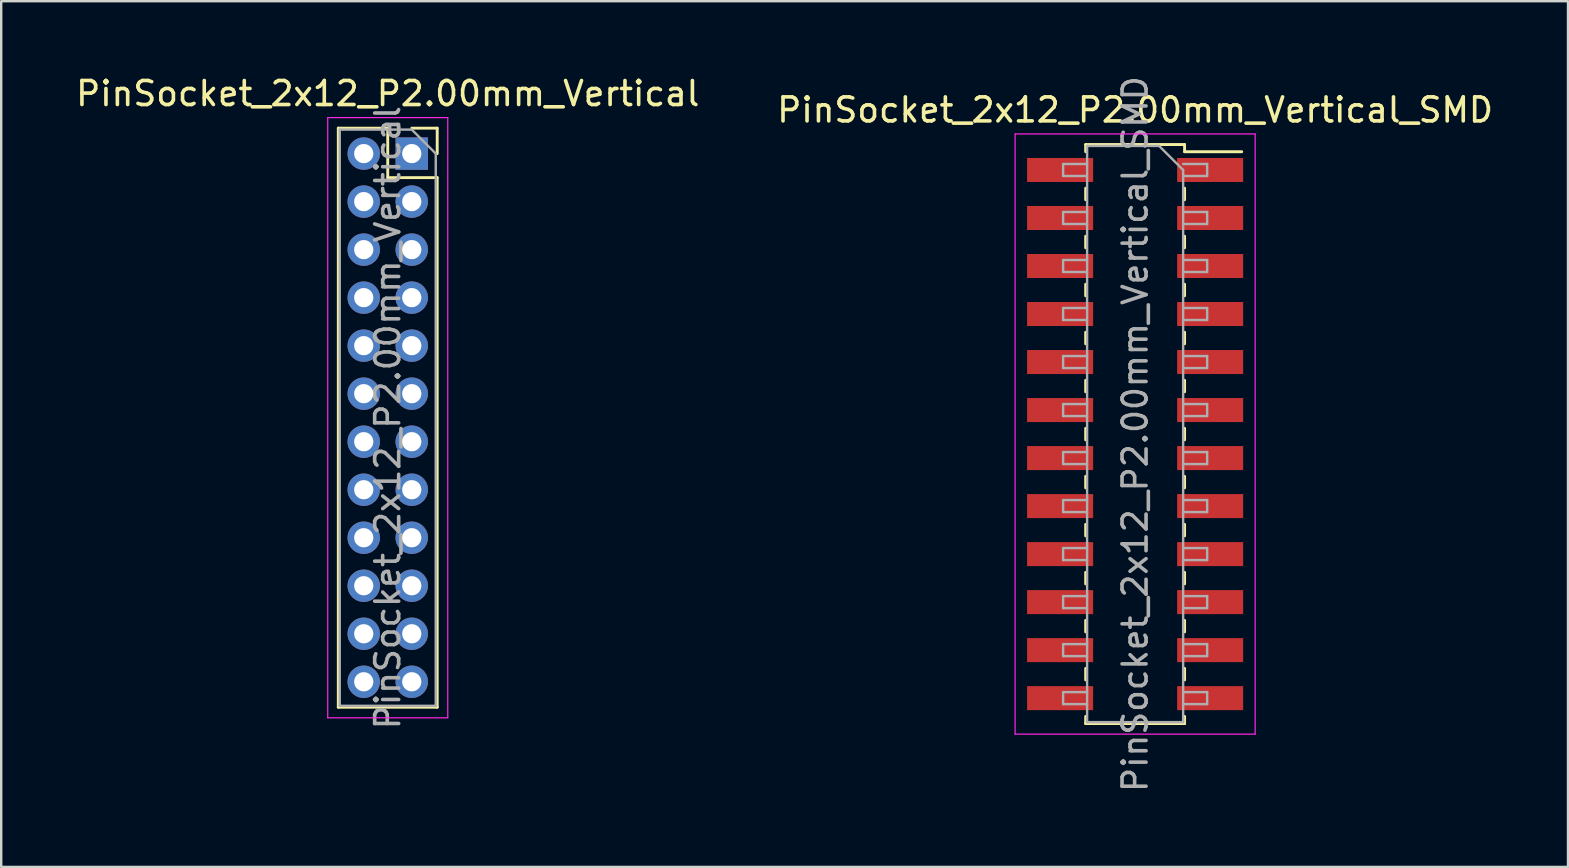
<source format=kicad_pcb>
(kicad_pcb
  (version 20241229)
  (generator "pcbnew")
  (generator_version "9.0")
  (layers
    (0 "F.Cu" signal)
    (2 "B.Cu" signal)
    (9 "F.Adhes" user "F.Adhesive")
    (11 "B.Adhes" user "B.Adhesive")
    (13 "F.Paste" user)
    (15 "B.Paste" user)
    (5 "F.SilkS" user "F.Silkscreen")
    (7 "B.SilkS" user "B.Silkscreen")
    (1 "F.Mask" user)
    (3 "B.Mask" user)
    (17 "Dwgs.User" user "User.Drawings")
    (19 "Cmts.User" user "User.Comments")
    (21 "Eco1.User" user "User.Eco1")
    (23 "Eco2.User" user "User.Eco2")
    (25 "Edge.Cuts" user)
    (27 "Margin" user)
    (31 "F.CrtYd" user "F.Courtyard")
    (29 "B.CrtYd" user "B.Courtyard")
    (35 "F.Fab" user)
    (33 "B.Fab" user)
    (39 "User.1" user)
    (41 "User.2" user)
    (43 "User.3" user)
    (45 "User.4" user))
  (footprint "PinSocket_2x12_P2.00mm_Vertical_SMD"
    (layer "F.Cu")
    (at 44.232 15.03)
    (property "Reference" "PinSocket_2x12_P2.00mm_Vertical_SMD" (at 0 -13.5 0) (layer "F.SilkS") (effects (font (size 1 1) (thickness 0.15))))
    (attr smd)
    (fp_line (start -2.06 -12.06) (end -2.06 -11.76) (stroke (width 0.12) (type solid)) (layer "F.SilkS"))
    (fp_line (start -2.06 -12.06) (end 2.06 -12.06) (stroke (width 0.12) (type solid)) (layer "F.SilkS"))
    (fp_line (start -2.06 -10.24) (end -2.06 -9.76) (stroke (width 0.12) (type solid)) (layer "F.SilkS"))
    (fp_line (start -2.06 -8.24) (end -2.06 -7.76) (stroke (width 0.12) (type solid)) (layer "F.SilkS"))
    (fp_line (start -2.06 -6.24) (end -2.06 -5.76) (stroke (width 0.12) (type solid)) (layer "F.SilkS"))
    (fp_line (start -2.06 -4.24) (end -2.06 -3.76) (stroke (width 0.12) (type solid)) (layer "F.SilkS"))
    (fp_line (start -2.06 -2.24) (end -2.06 -1.76) (stroke (width 0.12) (type solid)) (layer "F.SilkS"))
    (fp_line (start -2.06 -0.24) (end -2.06 0.24) (stroke (width 0.12) (type solid)) (layer "F.SilkS"))
    (fp_line (start -2.06 1.76) (end -2.06 2.24) (stroke (width 0.12) (type solid)) (layer "F.SilkS"))
    (fp_line (start -2.06 3.76) (end -2.06 4.24) (stroke (width 0.12) (type solid)) (layer "F.SilkS"))
    (fp_line (start -2.06 5.76) (end -2.06 6.24) (stroke (width 0.12) (type solid)) (layer "F.SilkS"))
    (fp_line (start -2.06 7.76) (end -2.06 8.24) (stroke (width 0.12) (type solid)) (layer "F.SilkS"))
    (fp_line (start -2.06 9.76) (end -2.06 10.24) (stroke (width 0.12) (type solid)) (layer "F.SilkS"))
    (fp_line (start -2.06 11.76) (end -2.06 12.06) (stroke (width 0.12) (type solid)) (layer "F.SilkS"))
    (fp_line (start -2.06 12.06) (end 2.06 12.06) (stroke (width 0.12) (type solid)) (layer "F.SilkS"))
    (fp_line (start 2.06 -12.06) (end 2.06 -11.76) (stroke (width 0.12) (type solid)) (layer "F.SilkS"))
    (fp_line (start 2.06 -11.76) (end 4.44 -11.76) (stroke (width 0.12) (type solid)) (layer "F.SilkS"))
    (fp_line (start 2.06 -10.24) (end 2.06 -9.76) (stroke (width 0.12) (type solid)) (layer "F.SilkS"))
    (fp_line (start 2.06 -8.24) (end 2.06 -7.76) (stroke (width 0.12) (type solid)) (layer "F.SilkS"))
    (fp_line (start 2.06 -6.24) (end 2.06 -5.76) (stroke (width 0.12) (type solid)) (layer "F.SilkS"))
    (fp_line (start 2.06 -4.24) (end 2.06 -3.76) (stroke (width 0.12) (type solid)) (layer "F.SilkS"))
    (fp_line (start 2.06 -2.24) (end 2.06 -1.76) (stroke (width 0.12) (type solid)) (layer "F.SilkS"))
    (fp_line (start 2.06 -0.24) (end 2.06 0.24) (stroke (width 0.12) (type solid)) (layer "F.SilkS"))
    (fp_line (start 2.06 1.76) (end 2.06 2.24) (stroke (width 0.12) (type solid)) (layer "F.SilkS"))
    (fp_line (start 2.06 3.76) (end 2.06 4.24) (stroke (width 0.12) (type solid)) (layer "F.SilkS"))
    (fp_line (start 2.06 5.76) (end 2.06 6.24) (stroke (width 0.12) (type solid)) (layer "F.SilkS"))
    (fp_line (start 2.06 7.76) (end 2.06 8.24) (stroke (width 0.12) (type solid)) (layer "F.SilkS"))
    (fp_line (start 2.06 9.76) (end 2.06 10.24) (stroke (width 0.12) (type solid)) (layer "F.SilkS"))
    (fp_line (start 2.06 11.76) (end 2.06 12.06) (stroke (width 0.12) (type solid)) (layer "F.SilkS"))
    (fp_line (start -5 -12.5) (end 5 -12.5) (stroke (width 0.05) (type solid)) (layer "F.CrtYd"))
    (fp_line (start -5 12.5) (end -5 -12.5) (stroke (width 0.05) (type solid)) (layer "F.CrtYd"))
    (fp_line (start 5 -12.5) (end 5 12.5) (stroke (width 0.05) (type solid)) (layer "F.CrtYd"))
    (fp_line (start 5 12.5) (end -5 12.5) (stroke (width 0.05) (type solid)) (layer "F.CrtYd"))
    (fp_line (start -3 -11.25) (end -2 -11.25) (stroke (width 0.1) (type solid)) (layer "F.Fab"))
    (fp_line (start -3 -10.75) (end -3 -11.25) (stroke (width 0.1) (type solid)) (layer "F.Fab"))
    (fp_line (start -3 -9.25) (end -2 -9.25) (stroke (width 0.1) (type solid)) (layer "F.Fab"))
    (fp_line (start -3 -8.75) (end -3 -9.25) (stroke (width 0.1) (type solid)) (layer "F.Fab"))
    (fp_line (start -3 -7.25) (end -2 -7.25) (stroke (width 0.1) (type solid)) (layer "F.Fab"))
    (fp_line (start -3 -6.75) (end -3 -7.25) (stroke (width 0.1) (type solid)) (layer "F.Fab"))
    (fp_line (start -3 -5.25) (end -2 -5.25) (stroke (width 0.1) (type solid)) (layer "F.Fab"))
    (fp_line (start -3 -4.75) (end -3 -5.25) (stroke (width 0.1) (type solid)) (layer "F.Fab"))
    (fp_line (start -3 -3.25) (end -2 -3.25) (stroke (width 0.1) (type solid)) (layer "F.Fab"))
    (fp_line (start -3 -2.75) (end -3 -3.25) (stroke (width 0.1) (type solid)) (layer "F.Fab"))
    (fp_line (start -3 -1.25) (end -2 -1.25) (stroke (width 0.1) (type solid)) (layer "F.Fab"))
    (fp_line (start -3 -0.75) (end -3 -1.25) (stroke (width 0.1) (type solid)) (layer "F.Fab"))
    (fp_line (start -3 0.75) (end -2 0.75) (stroke (width 0.1) (type solid)) (layer "F.Fab"))
    (fp_line (start -3 1.25) (end -3 0.75) (stroke (width 0.1) (type solid)) (layer "F.Fab"))
    (fp_line (start -3 2.75) (end -2 2.75) (stroke (width 0.1) (type solid)) (layer "F.Fab"))
    (fp_line (start -3 3.25) (end -3 2.75) (stroke (width 0.1) (type solid)) (layer "F.Fab"))
    (fp_line (start -3 4.75) (end -2 4.75) (stroke (width 0.1) (type solid)) (layer "F.Fab"))
    (fp_line (start -3 5.25) (end -3 4.75) (stroke (width 0.1) (type solid)) (layer "F.Fab"))
    (fp_line (start -3 6.75) (end -2 6.75) (stroke (width 0.1) (type solid)) (layer "F.Fab"))
    (fp_line (start -3 7.25) (end -3 6.75) (stroke (width 0.1) (type solid)) (layer "F.Fab"))
    (fp_line (start -3 8.75) (end -2 8.75) (stroke (width 0.1) (type solid)) (layer "F.Fab"))
    (fp_line (start -3 9.25) (end -3 8.75) (stroke (width 0.1) (type solid)) (layer "F.Fab"))
    (fp_line (start -3 10.75) (end -2 10.75) (stroke (width 0.1) (type solid)) (layer "F.Fab"))
    (fp_line (start -3 11.25) (end -3 10.75) (stroke (width 0.1) (type solid)) (layer "F.Fab"))
    (fp_line (start -2 -12) (end 1 -12) (stroke (width 0.1) (type solid)) (layer "F.Fab"))
    (fp_line (start -2 -10.75) (end -3 -10.75) (stroke (width 0.1) (type solid)) (layer "F.Fab"))
    (fp_line (start -2 -8.75) (end -3 -8.75) (stroke (width 0.1) (type solid)) (layer "F.Fab"))
    (fp_line (start -2 -6.75) (end -3 -6.75) (stroke (width 0.1) (type solid)) (layer "F.Fab"))
    (fp_line (start -2 -4.75) (end -3 -4.75) (stroke (width 0.1) (type solid)) (layer "F.Fab"))
    (fp_line (start -2 -2.75) (end -3 -2.75) (stroke (width 0.1) (type solid)) (layer "F.Fab"))
    (fp_line (start -2 -0.75) (end -3 -0.75) (stroke (width 0.1) (type solid)) (layer "F.Fab"))
    (fp_line (start -2 1.25) (end -3 1.25) (stroke (width 0.1) (type solid)) (layer "F.Fab"))
    (fp_line (start -2 3.25) (end -3 3.25) (stroke (width 0.1) (type solid)) (layer "F.Fab"))
    (fp_line (start -2 5.25) (end -3 5.25) (stroke (width 0.1) (type solid)) (layer "F.Fab"))
    (fp_line (start -2 7.25) (end -3 7.25) (stroke (width 0.1) (type solid)) (layer "F.Fab"))
    (fp_line (start -2 9.25) (end -3 9.25) (stroke (width 0.1) (type solid)) (layer "F.Fab"))
    (fp_line (start -2 11.25) (end -3 11.25) (stroke (width 0.1) (type solid)) (layer "F.Fab"))
    (fp_line (start -2 12) (end -2 -12) (stroke (width 0.1) (type solid)) (layer "F.Fab"))
    (fp_line (start 1 -12) (end 2 -11) (stroke (width 0.1) (type solid)) (layer "F.Fab"))
    (fp_line (start 2 -11.25) (end 3 -11.25) (stroke (width 0.1) (type solid)) (layer "F.Fab"))
    (fp_line (start 2 -11) (end 2 12) (stroke (width 0.1) (type solid)) (layer "F.Fab"))
    (fp_line (start 2 -9.25) (end 3 -9.25) (stroke (width 0.1) (type solid)) (layer "F.Fab"))
    (fp_line (start 2 -7.25) (end 3 -7.25) (stroke (width 0.1) (type solid)) (layer "F.Fab"))
    (fp_line (start 2 -5.25) (end 3 -5.25) (stroke (width 0.1) (type solid)) (layer "F.Fab"))
    (fp_line (start 2 -3.25) (end 3 -3.25) (stroke (width 0.1) (type solid)) (layer "F.Fab"))
    (fp_line (start 2 -1.25) (end 3 -1.25) (stroke (width 0.1) (type solid)) (layer "F.Fab"))
    (fp_line (start 2 0.75) (end 3 0.75) (stroke (width 0.1) (type solid)) (layer "F.Fab"))
    (fp_line (start 2 2.75) (end 3 2.75) (stroke (width 0.1) (type solid)) (layer "F.Fab"))
    (fp_line (start 2 4.75) (end 3 4.75) (stroke (width 0.1) (type solid)) (layer "F.Fab"))
    (fp_line (start 2 6.75) (end 3 6.75) (stroke (width 0.1) (type solid)) (layer "F.Fab"))
    (fp_line (start 2 8.75) (end 3 8.75) (stroke (width 0.1) (type solid)) (layer "F.Fab"))
    (fp_line (start 2 10.75) (end 3 10.75) (stroke (width 0.1) (type solid)) (layer "F.Fab"))
    (fp_line (start 2 12) (end -2 12) (stroke (width 0.1) (type solid)) (layer "F.Fab"))
    (fp_line (start 3 -11.25) (end 3 -10.75) (stroke (width 0.1) (type solid)) (layer "F.Fab"))
    (fp_line (start 3 -10.75) (end 2 -10.75) (stroke (width 0.1) (type solid)) (layer "F.Fab"))
    (fp_line (start 3 -9.25) (end 3 -8.75) (stroke (width 0.1) (type solid)) (layer "F.Fab"))
    (fp_line (start 3 -8.75) (end 2 -8.75) (stroke (width 0.1) (type solid)) (layer "F.Fab"))
    (fp_line (start 3 -7.25) (end 3 -6.75) (stroke (width 0.1) (type solid)) (layer "F.Fab"))
    (fp_line (start 3 -6.75) (end 2 -6.75) (stroke (width 0.1) (type solid)) (layer "F.Fab"))
    (fp_line (start 3 -5.25) (end 3 -4.75) (stroke (width 0.1) (type solid)) (layer "F.Fab"))
    (fp_line (start 3 -4.75) (end 2 -4.75) (stroke (width 0.1) (type solid)) (layer "F.Fab"))
    (fp_line (start 3 -3.25) (end 3 -2.75) (stroke (width 0.1) (type solid)) (layer "F.Fab"))
    (fp_line (start 3 -2.75) (end 2 -2.75) (stroke (width 0.1) (type solid)) (layer "F.Fab"))
    (fp_line (start 3 -1.25) (end 3 -0.75) (stroke (width 0.1) (type solid)) (layer "F.Fab"))
    (fp_line (start 3 -0.75) (end 2 -0.75) (stroke (width 0.1) (type solid)) (layer "F.Fab"))
    (fp_line (start 3 0.75) (end 3 1.25) (stroke (width 0.1) (type solid)) (layer "F.Fab"))
    (fp_line (start 3 1.25) (end 2 1.25) (stroke (width 0.1) (type solid)) (layer "F.Fab"))
    (fp_line (start 3 2.75) (end 3 3.25) (stroke (width 0.1) (type solid)) (layer "F.Fab"))
    (fp_line (start 3 3.25) (end 2 3.25) (stroke (width 0.1) (type solid)) (layer "F.Fab"))
    (fp_line (start 3 4.75) (end 3 5.25) (stroke (width 0.1) (type solid)) (layer "F.Fab"))
    (fp_line (start 3 5.25) (end 2 5.25) (stroke (width 0.1) (type solid)) (layer "F.Fab"))
    (fp_line (start 3 6.75) (end 3 7.25) (stroke (width 0.1) (type solid)) (layer "F.Fab"))
    (fp_line (start 3 7.25) (end 2 7.25) (stroke (width 0.1) (type solid)) (layer "F.Fab"))
    (fp_line (start 3 8.75) (end 3 9.25) (stroke (width 0.1) (type solid)) (layer "F.Fab"))
    (fp_line (start 3 9.25) (end 2 9.25) (stroke (width 0.1) (type solid)) (layer "F.Fab"))
    (fp_line (start 3 10.75) (end 3 11.25) (stroke (width 0.1) (type solid)) (layer "F.Fab"))
    (fp_line (start 3 11.25) (end 2 11.25) (stroke (width 0.1) (type solid)) (layer "F.Fab"))
    (fp_text user "${REFERENCE}" (at 0 0 90) (layer "F.Fab") (effects (font (size 1 1) (thickness 0.15))))
    (pad "1" smd rect (at 3.125 -11) (size 2.75 1) (layers "F.Cu" "F.Mask" "F.Paste"))
    (pad "2" smd rect (at -3.125 -11) (size 2.75 1) (layers "F.Cu" "F.Mask" "F.Paste"))
    (pad "3" smd rect (at 3.125 -9) (size 2.75 1) (layers "F.Cu" "F.Mask" "F.Paste"))
    (pad "4" smd rect (at -3.125 -9) (size 2.75 1) (layers "F.Cu" "F.Mask" "F.Paste"))
    (pad "5" smd rect (at 3.125 -7) (size 2.75 1) (layers "F.Cu" "F.Mask" "F.Paste"))
    (pad "6" smd rect (at -3.125 -7) (size 2.75 1) (layers "F.Cu" "F.Mask" "F.Paste"))
    (pad "7" smd rect (at 3.125 -5) (size 2.75 1) (layers "F.Cu" "F.Mask" "F.Paste"))
    (pad "8" smd rect (at -3.125 -5) (size 2.75 1) (layers "F.Cu" "F.Mask" "F.Paste"))
    (pad "9" smd rect (at 3.125 -3) (size 2.75 1) (layers "F.Cu" "F.Mask" "F.Paste"))
    (pad "10" smd rect (at -3.125 -3) (size 2.75 1) (layers "F.Cu" "F.Mask" "F.Paste"))
    (pad "11" smd rect (at 3.125 -1) (size 2.75 1) (layers "F.Cu" "F.Mask" "F.Paste"))
    (pad "12" smd rect (at -3.125 -1) (size 2.75 1) (layers "F.Cu" "F.Mask" "F.Paste"))
    (pad "13" smd rect (at 3.125 1) (size 2.75 1) (layers "F.Cu" "F.Mask" "F.Paste"))
    (pad "14" smd rect (at -3.125 1) (size 2.75 1) (layers "F.Cu" "F.Mask" "F.Paste"))
    (pad "15" smd rect (at 3.125 3) (size 2.75 1) (layers "F.Cu" "F.Mask" "F.Paste"))
    (pad "16" smd rect (at -3.125 3) (size 2.75 1) (layers "F.Cu" "F.Mask" "F.Paste"))
    (pad "17" smd rect (at 3.125 5) (size 2.75 1) (layers "F.Cu" "F.Mask" "F.Paste"))
    (pad "18" smd rect (at -3.125 5) (size 2.75 1) (layers "F.Cu" "F.Mask" "F.Paste"))
    (pad "19" smd rect (at 3.125 7) (size 2.75 1) (layers "F.Cu" "F.Mask" "F.Paste"))
    (pad "20" smd rect (at -3.125 7) (size 2.75 1) (layers "F.Cu" "F.Mask" "F.Paste"))
    (pad "21" smd rect (at 3.125 9) (size 2.75 1) (layers "F.Cu" "F.Mask" "F.Paste"))
    (pad "22" smd rect (at -3.125 9) (size 2.75 1) (layers "F.Cu" "F.Mask" "F.Paste"))
    (pad "23" smd rect (at 3.125 11) (size 2.75 1) (layers "F.Cu" "F.Mask" "F.Paste"))
    (pad "24" smd rect (at -3.125 11) (size 2.75 1) (layers "F.Cu" "F.Mask" "F.Paste")))
  (footprint "PinSocket_2x12_P2.00mm_Vertical"
    (layer "F.Cu")
    (at 14.101 3.348)
    (property "Reference" "PinSocket_2x12_P2.00mm_Vertical" (at -1 -2.5 0) (layer "F.SilkS") (effects (font (size 1 1) (thickness 0.15))))
    (attr through_hole)
    (fp_line (start -3.06 -1.06) (end -3.06 23.06) (stroke (width 0.12) (type solid)) (layer "F.SilkS"))
    (fp_line (start -3.06 -1.06) (end -1 -1.06) (stroke (width 0.12) (type solid)) (layer "F.SilkS"))
    (fp_line (start -3.06 23.06) (end 1.06 23.06) (stroke (width 0.12) (type solid)) (layer "F.SilkS"))
    (fp_line (start -1 -1.06) (end -1 1) (stroke (width 0.12) (type solid)) (layer "F.SilkS"))
    (fp_line (start -1 1) (end 1.06 1) (stroke (width 0.12) (type solid)) (layer "F.SilkS"))
    (fp_line (start 0 -1.06) (end 1.06 -1.06) (stroke (width 0.12) (type solid)) (layer "F.SilkS"))
    (fp_line (start 1.06 -1.06) (end 1.06 0) (stroke (width 0.12) (type solid)) (layer "F.SilkS"))
    (fp_line (start 1.06 1) (end 1.06 23.06) (stroke (width 0.12) (type solid)) (layer "F.SilkS"))
    (fp_line (start -3.5 -1.5) (end 1.5 -1.5) (stroke (width 0.05) (type solid)) (layer "F.CrtYd"))
    (fp_line (start -3.5 23.5) (end -3.5 -1.5) (stroke (width 0.05) (type solid)) (layer "F.CrtYd"))
    (fp_line (start 1.5 -1.5) (end 1.5 23.5) (stroke (width 0.05) (type solid)) (layer "F.CrtYd"))
    (fp_line (start 1.5 23.5) (end -3.5 23.5) (stroke (width 0.05) (type solid)) (layer "F.CrtYd"))
    (fp_line (start -3 -1) (end 0 -1) (stroke (width 0.1) (type solid)) (layer "F.Fab"))
    (fp_line (start -3 23) (end -3 -1) (stroke (width 0.1) (type solid)) (layer "F.Fab"))
    (fp_line (start 0 -1) (end 1 0) (stroke (width 0.1) (type solid)) (layer "F.Fab"))
    (fp_line (start 1 0) (end 1 23) (stroke (width 0.1) (type solid)) (layer "F.Fab"))
    (fp_line (start 1 23) (end -3 23) (stroke (width 0.1) (type solid)) (layer "F.Fab"))
    (fp_text user "${REFERENCE}" (at -1 11 90) (layer "F.Fab") (effects (font (size 1 1) (thickness 0.15))))
    (pad "1" thru_hole rect (at 0 0) (size 1.35 1.35) (drill 0.8) (layers "*.Cu" "*.Mask"))
    (pad "2" thru_hole oval (at -2 0) (size 1.35 1.35) (drill 0.8) (layers "*.Cu" "*.Mask"))
    (pad "3" thru_hole oval (at 0 2) (size 1.35 1.35) (drill 0.8) (layers "*.Cu" "*.Mask"))
    (pad "4" thru_hole oval (at -2 2) (size 1.35 1.35) (drill 0.8) (layers "*.Cu" "*.Mask"))
    (pad "5" thru_hole oval (at 0 4) (size 1.35 1.35) (drill 0.8) (layers "*.Cu" "*.Mask"))
    (pad "6" thru_hole oval (at -2 4) (size 1.35 1.35) (drill 0.8) (layers "*.Cu" "*.Mask"))
    (pad "7" thru_hole oval (at 0 6) (size 1.35 1.35) (drill 0.8) (layers "*.Cu" "*.Mask"))
    (pad "8" thru_hole oval (at -2 6) (size 1.35 1.35) (drill 0.8) (layers "*.Cu" "*.Mask"))
    (pad "9" thru_hole oval (at 0 8) (size 1.35 1.35) (drill 0.8) (layers "*.Cu" "*.Mask"))
    (pad "10" thru_hole oval (at -2 8) (size 1.35 1.35) (drill 0.8) (layers "*.Cu" "*.Mask"))
    (pad "11" thru_hole oval (at 0 10) (size 1.35 1.35) (drill 0.8) (layers "*.Cu" "*.Mask"))
    (pad "12" thru_hole oval (at -2 10) (size 1.35 1.35) (drill 0.8) (layers "*.Cu" "*.Mask"))
    (pad "13" thru_hole oval (at 0 12) (size 1.35 1.35) (drill 0.8) (layers "*.Cu" "*.Mask"))
    (pad "14" thru_hole oval (at -2 12) (size 1.35 1.35) (drill 0.8) (layers "*.Cu" "*.Mask"))
    (pad "15" thru_hole oval (at 0 14) (size 1.35 1.35) (drill 0.8) (layers "*.Cu" "*.Mask"))
    (pad "16" thru_hole oval (at -2 14) (size 1.35 1.35) (drill 0.8) (layers "*.Cu" "*.Mask"))
    (pad "17" thru_hole oval (at 0 16) (size 1.35 1.35) (drill 0.8) (layers "*.Cu" "*.Mask"))
    (pad "18" thru_hole oval (at -2 16) (size 1.35 1.35) (drill 0.8) (layers "*.Cu" "*.Mask"))
    (pad "19" thru_hole oval (at 0 18) (size 1.35 1.35) (drill 0.8) (layers "*.Cu" "*.Mask"))
    (pad "20" thru_hole oval (at -2 18) (size 1.35 1.35) (drill 0.8) (layers "*.Cu" "*.Mask"))
    (pad "21" thru_hole oval (at 0 20) (size 1.35 1.35) (drill 0.8) (layers "*.Cu" "*.Mask"))
    (pad "22" thru_hole oval (at -2 20) (size 1.35 1.35) (drill 0.8) (layers "*.Cu" "*.Mask"))
    (pad "23" thru_hole oval (at 0 22) (size 1.35 1.35) (drill 0.8) (layers "*.Cu" "*.Mask"))
    (pad "24" thru_hole oval (at -2 22) (size 1.35 1.35) (drill 0.8) (layers "*.Cu" "*.Mask")))
  (gr_rect
    (start -3 -3)
    (end 62.262 33.06)
    (stroke (width 0.1) (type default))
    (fill no)
    (layer "Edge.Cuts")))
</source>
